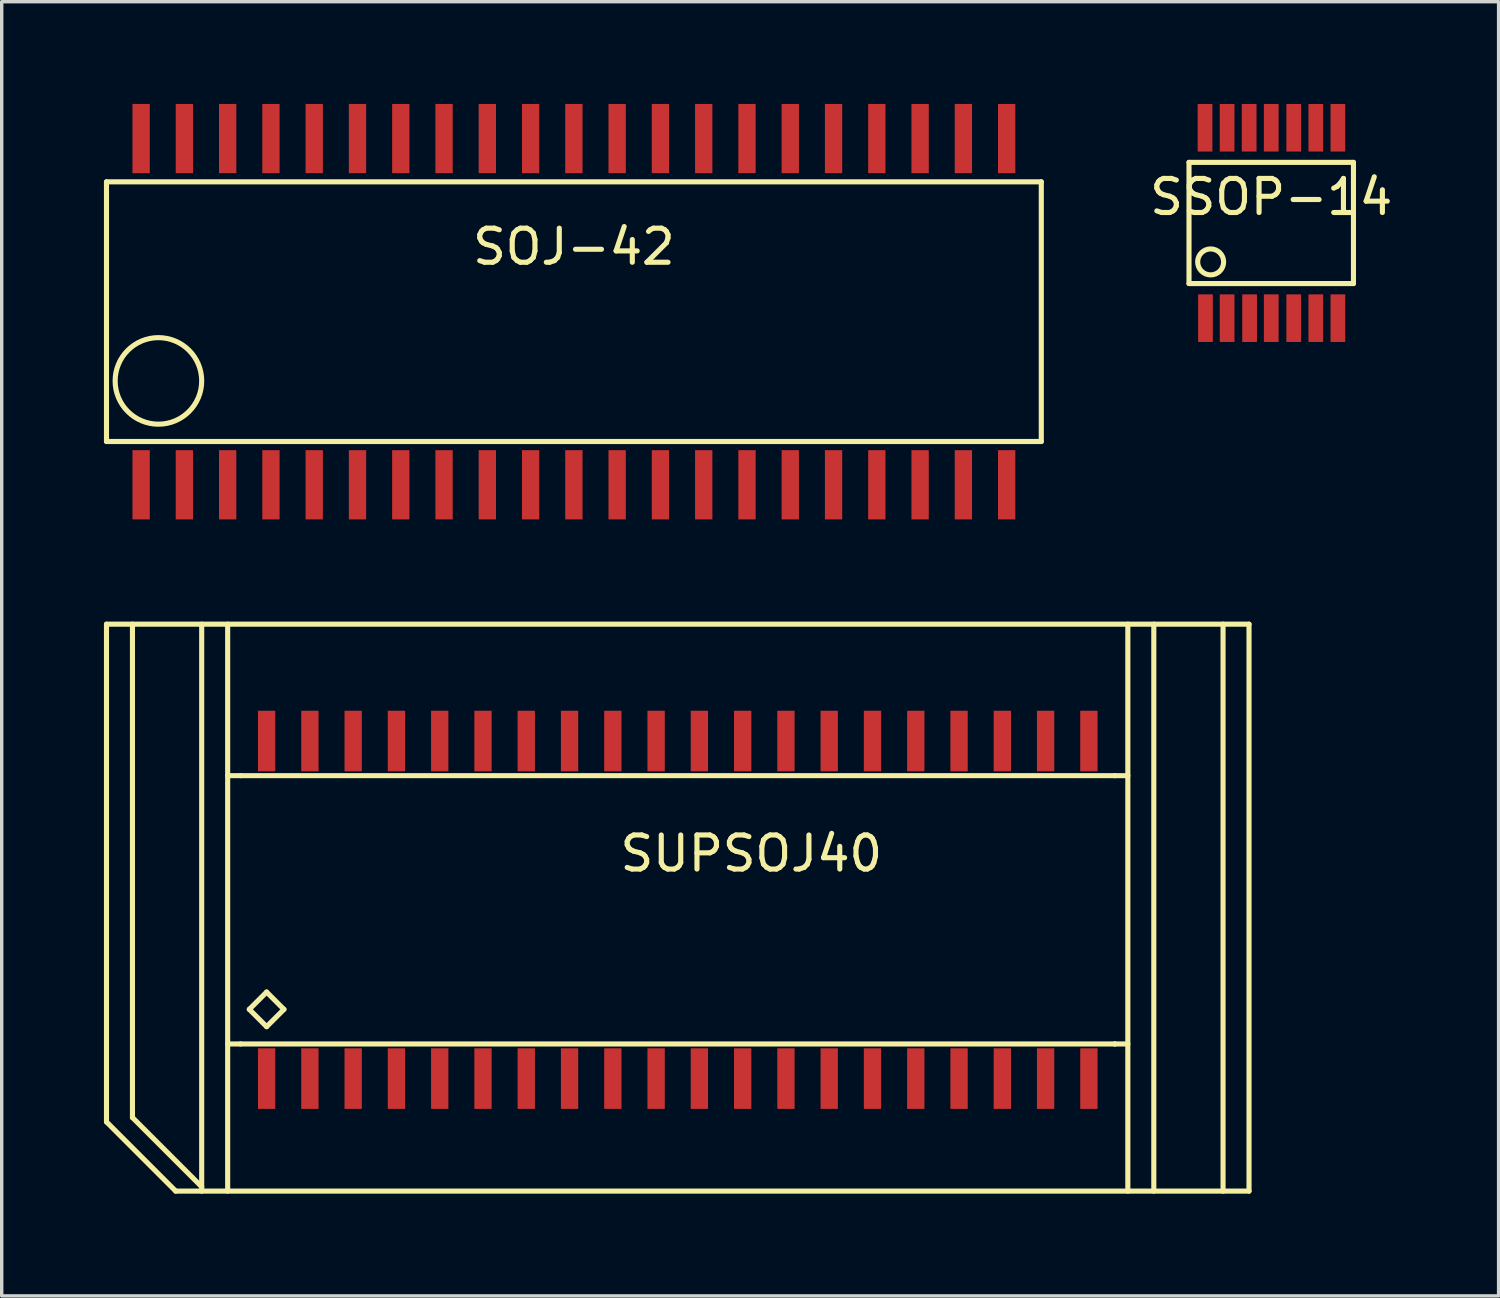
<source format=kicad_pcb>
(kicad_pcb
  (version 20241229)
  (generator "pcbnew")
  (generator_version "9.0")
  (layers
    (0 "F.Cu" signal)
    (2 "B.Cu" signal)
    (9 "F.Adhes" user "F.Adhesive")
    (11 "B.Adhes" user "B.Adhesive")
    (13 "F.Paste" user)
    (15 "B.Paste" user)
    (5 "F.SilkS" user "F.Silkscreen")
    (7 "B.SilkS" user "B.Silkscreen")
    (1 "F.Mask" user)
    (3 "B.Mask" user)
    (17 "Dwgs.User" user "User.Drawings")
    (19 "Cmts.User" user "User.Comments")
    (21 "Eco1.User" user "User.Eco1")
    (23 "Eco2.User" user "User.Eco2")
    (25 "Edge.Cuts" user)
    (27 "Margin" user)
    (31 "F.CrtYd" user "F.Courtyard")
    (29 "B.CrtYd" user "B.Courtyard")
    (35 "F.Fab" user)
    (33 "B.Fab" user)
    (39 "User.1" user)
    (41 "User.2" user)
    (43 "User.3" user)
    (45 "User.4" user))
  (footprint "SSOP-14"
    (layer "F.Cu")
    (at 34.255 3.493)
    (property "Reference" "SSOP-14" (at 0 -0.762 0) (layer "F.SilkS") (effects (font (size 1 1) (thickness 0.15))))
    (attr smd)
    (fp_line (start -2.413 -1.778) (end 2.413 -1.778) (stroke (width 0.15) (type solid)) (layer "F.SilkS"))
    (fp_line (start -2.413 1.778) (end -2.413 -1.778) (stroke (width 0.15) (type solid)) (layer "F.SilkS"))
    (fp_line (start 2.413 -1.778) (end 2.413 1.778) (stroke (width 0.15) (type solid)) (layer "F.SilkS"))
    (fp_line (start 2.413 1.778) (end -2.413 1.778) (stroke (width 0.15) (type solid)) (layer "F.SilkS"))
    (fp_circle (center -1.778 1.143) (end -2.159 1.143) (stroke (width 0.15) (type solid)) (fill no) (layer "F.SilkS"))
    (pad "1" smd rect (at -1.93 2.794) (size 0.432 1.397) (layers "F.Cu" "F.Mask" "F.Paste"))
    (pad "2" smd rect (at -1.295 2.794) (size 0.432 1.397) (layers "F.Cu" "F.Mask" "F.Paste"))
    (pad "3" smd rect (at -0.635 2.794) (size 0.432 1.397) (layers "F.Cu" "F.Mask" "F.Paste"))
    (pad "4" smd rect (at 0 2.794) (size 0.432 1.397) (layers "F.Cu" "F.Mask" "F.Paste"))
    (pad "5" smd rect (at 0.66 2.794) (size 0.432 1.397) (layers "F.Cu" "F.Mask" "F.Paste"))
    (pad "6" smd rect (at 1.308 2.794) (size 0.432 1.397) (layers "F.Cu" "F.Mask" "F.Paste"))
    (pad "7" smd rect (at 1.956 2.794) (size 0.432 1.397) (layers "F.Cu" "F.Mask" "F.Paste"))
    (pad "8" smd rect (at 1.956 -2.794) (size 0.432 1.397) (layers "F.Cu" "F.Mask" "F.Paste"))
    (pad "9" smd rect (at 1.308 -2.794) (size 0.432 1.397) (layers "F.Cu" "F.Mask" "F.Paste"))
    (pad "10" smd rect (at 0.66 -2.794) (size 0.432 1.397) (layers "F.Cu" "F.Mask" "F.Paste"))
    (pad "11" smd rect (at 0 -2.794) (size 0.432 1.397) (layers "F.Cu" "F.Mask" "F.Paste"))
    (pad "12" smd rect (at -0.648 -2.794) (size 0.432 1.397) (layers "F.Cu" "F.Mask" "F.Paste"))
    (pad "13" smd rect (at -1.295 -2.794) (size 0.432 1.397) (layers "F.Cu" "F.Mask" "F.Paste"))
    (pad "14" smd rect (at -1.943 -2.794) (size 0.432 1.397) (layers "F.Cu" "F.Mask" "F.Paste")))
  (footprint "SOJ-42"
    (layer "F.Cu")
    (at 13.791 6.096)
    (property "Reference" "SOJ-42" (at 0 -1.905 0) (layer "F.SilkS") (effects (font (size 1 1) (thickness 0.15))))
    (attr smd)
    (fp_line (start -13.716 -3.81) (end 13.716 -3.81) (stroke (width 0.15) (type solid)) (layer "F.SilkS"))
    (fp_line (start -13.716 3.81) (end -13.716 -3.81) (stroke (width 0.15) (type solid)) (layer "F.SilkS"))
    (fp_line (start 13.716 3.81) (end -13.716 3.81) (stroke (width 0.15) (type solid)) (layer "F.SilkS"))
    (fp_line (start 13.716 3.81) (end 13.716 -3.81) (stroke (width 0.15) (type solid)) (layer "F.SilkS"))
    (fp_circle (center -12.192 2.032) (end -12.192 0.762) (stroke (width 0.15) (type solid)) (fill no) (layer "F.SilkS"))
    (pad "1" smd rect (at -12.7 5.08) (size 0.508 2.032) (layers "F.Cu" "F.Mask" "F.Paste"))
    (pad "2" smd rect (at -11.43 5.08) (size 0.508 2.032) (layers "F.Cu" "F.Mask" "F.Paste"))
    (pad "3" smd rect (at -10.16 5.08) (size 0.508 2.032) (layers "F.Cu" "F.Mask" "F.Paste"))
    (pad "4" smd rect (at -8.89 5.08) (size 0.508 2.032) (layers "F.Cu" "F.Mask" "F.Paste"))
    (pad "5" smd rect (at -7.62 5.08) (size 0.508 2.032) (layers "F.Cu" "F.Mask" "F.Paste"))
    (pad "6" smd rect (at -6.35 5.08) (size 0.508 2.032) (layers "F.Cu" "F.Mask" "F.Paste"))
    (pad "7" smd rect (at -5.08 5.08) (size 0.508 2.032) (layers "F.Cu" "F.Mask" "F.Paste"))
    (pad "8" smd rect (at -3.81 5.08) (size 0.508 2.032) (layers "F.Cu" "F.Mask" "F.Paste"))
    (pad "9" smd rect (at -2.54 5.08) (size 0.508 2.032) (layers "F.Cu" "F.Mask" "F.Paste"))
    (pad "10" smd rect (at -1.27 5.08) (size 0.508 2.032) (layers "F.Cu" "F.Mask" "F.Paste"))
    (pad "11" smd rect (at 0 5.08) (size 0.508 2.032) (layers "F.Cu" "F.Mask" "F.Paste"))
    (pad "12" smd rect (at 1.27 5.08) (size 0.508 2.032) (layers "F.Cu" "F.Mask" "F.Paste"))
    (pad "13" smd rect (at 2.54 5.08) (size 0.508 2.032) (layers "F.Cu" "F.Mask" "F.Paste"))
    (pad "14" smd rect (at 3.81 5.08) (size 0.508 2.032) (layers "F.Cu" "F.Mask" "F.Paste"))
    (pad "15" smd rect (at 5.08 5.08) (size 0.508 2.032) (layers "F.Cu" "F.Mask" "F.Paste"))
    (pad "16" smd rect (at 6.35 5.08) (size 0.508 2.032) (layers "F.Cu" "F.Mask" "F.Paste"))
    (pad "17" smd rect (at 7.62 5.08) (size 0.508 2.032) (layers "F.Cu" "F.Mask" "F.Paste"))
    (pad "18" smd rect (at 8.89 5.08) (size 0.508 2.032) (layers "F.Cu" "F.Mask" "F.Paste"))
    (pad "19" smd rect (at 10.16 5.08) (size 0.508 2.032) (layers "F.Cu" "F.Mask" "F.Paste"))
    (pad "20" smd rect (at 11.43 5.08) (size 0.508 2.032) (layers "F.Cu" "F.Mask" "F.Paste"))
    (pad "21" smd rect (at 12.7 5.08) (size 0.508 2.032) (layers "F.Cu" "F.Mask" "F.Paste"))
    (pad "22" smd rect (at 12.7 -5.08) (size 0.508 2.032) (layers "F.Cu" "F.Mask" "F.Paste"))
    (pad "23" smd rect (at 11.43 -5.08) (size 0.508 2.032) (layers "F.Cu" "F.Mask" "F.Paste"))
    (pad "24" smd rect (at 10.16 -5.08) (size 0.508 2.032) (layers "F.Cu" "F.Mask" "F.Paste"))
    (pad "25" smd rect (at 8.89 -5.08) (size 0.508 2.032) (layers "F.Cu" "F.Mask" "F.Paste"))
    (pad "26" smd rect (at 7.62 -5.08) (size 0.508 2.032) (layers "F.Cu" "F.Mask" "F.Paste"))
    (pad "27" smd rect (at 6.35 -5.08) (size 0.508 2.032) (layers "F.Cu" "F.Mask" "F.Paste"))
    (pad "28" smd rect (at 5.08 -5.08) (size 0.508 2.032) (layers "F.Cu" "F.Mask" "F.Paste"))
    (pad "29" smd rect (at 3.81 -5.08) (size 0.508 2.032) (layers "F.Cu" "F.Mask" "F.Paste"))
    (pad "30" smd rect (at 2.54 -5.08) (size 0.508 2.032) (layers "F.Cu" "F.Mask" "F.Paste"))
    (pad "31" smd rect (at 1.27 -5.08) (size 0.508 2.032) (layers "F.Cu" "F.Mask" "F.Paste"))
    (pad "32" smd rect (at 0 -5.08) (size 0.508 2.032) (layers "F.Cu" "F.Mask" "F.Paste"))
    (pad "33" smd rect (at -1.27 -5.08) (size 0.508 2.032) (layers "F.Cu" "F.Mask" "F.Paste"))
    (pad "34" smd rect (at -2.54 -5.08) (size 0.508 2.032) (layers "F.Cu" "F.Mask" "F.Paste"))
    (pad "35" smd rect (at -3.81 -5.08) (size 0.508 2.032) (layers "F.Cu" "F.Mask" "F.Paste"))
    (pad "36" smd rect (at -5.08 -5.08) (size 0.508 2.032) (layers "F.Cu" "F.Mask" "F.Paste"))
    (pad "37" smd rect (at -6.35 -5.08) (size 0.508 2.032) (layers "F.Cu" "F.Mask" "F.Paste"))
    (pad "38" smd rect (at -7.62 -5.08) (size 0.508 2.032) (layers "F.Cu" "F.Mask" "F.Paste"))
    (pad "39" smd rect (at -8.89 -5.08) (size 0.508 2.032) (layers "F.Cu" "F.Mask" "F.Paste"))
    (pad "40" smd rect (at -10.16 -5.08) (size 0.508 2.032) (layers "F.Cu" "F.Mask" "F.Paste"))
    (pad "41" smd rect (at -11.43 -5.08) (size 0.508 2.032) (layers "F.Cu" "F.Mask" "F.Paste"))
    (pad "42" smd rect (at -12.7 -5.08) (size 0.508 2.032) (layers "F.Cu" "F.Mask" "F.Paste")))
  (footprint "SUPSOJ40"
    (layer "F.Cu")
    (at 17.474 23.522)
    (property "Reference" "SUPSOJ40" (at 1.524 -1.524 180) (layer "F.SilkS") (effects (font (size 1 1) (thickness 0.15))))
    (attr smd)
    (fp_line (start -17.399 6.35) (end -17.399 -8.255) (stroke (width 0.15) (type solid)) (layer "F.SilkS"))
    (fp_line (start -16.637 -8.255) (end -16.637 6.223) (stroke (width 0.15) (type solid)) (layer "F.SilkS"))
    (fp_line (start -16.637 6.223) (end -14.605 8.255) (stroke (width 0.15) (type solid)) (layer "F.SilkS"))
    (fp_line (start -15.367 8.382) (end -17.399 6.35) (stroke (width 0.15) (type solid)) (layer "F.SilkS"))
    (fp_line (start -14.605 8.382) (end -14.605 -8.255) (stroke (width 0.15) (type solid)) (layer "F.SilkS"))
    (fp_line (start -13.843 8.382) (end -13.843 -8.255) (stroke (width 0.15) (type solid)) (layer "F.SilkS"))
    (fp_line (start -13.462 -3.81) (end -13.843 -3.81) (stroke (width 0.15) (type solid)) (layer "F.SilkS"))
    (fp_line (start -13.462 -3.81) (end 12.192 -3.81) (stroke (width 0.15) (type solid)) (layer "F.SilkS"))
    (fp_line (start -13.462 4.064) (end -13.843 4.064) (stroke (width 0.15) (type solid)) (layer "F.SilkS"))
    (fp_line (start -13.208 3.048) (end -12.7 2.54) (stroke (width 0.15) (type solid)) (layer "F.SilkS"))
    (fp_line (start -12.7 2.54) (end -12.192 3.048) (stroke (width 0.15) (type solid)) (layer "F.SilkS"))
    (fp_line (start -12.7 3.556) (end -13.208 3.048) (stroke (width 0.15) (type solid)) (layer "F.SilkS"))
    (fp_line (start -12.192 3.048) (end -12.7 3.556) (stroke (width 0.15) (type solid)) (layer "F.SilkS"))
    (fp_line (start 12.192 -3.81) (end 12.573 -3.81) (stroke (width 0.15) (type solid)) (layer "F.SilkS"))
    (fp_line (start 12.192 4.064) (end -13.462 4.064) (stroke (width 0.15) (type solid)) (layer "F.SilkS"))
    (fp_line (start 12.192 4.064) (end 12.192 4.064) (stroke (width 0.15) (type solid)) (layer "F.SilkS"))
    (fp_line (start 12.192 4.064) (end 12.573 4.064) (stroke (width 0.15) (type solid)) (layer "F.SilkS"))
    (fp_line (start 12.573 8.382) (end 12.573 -8.255) (stroke (width 0.15) (type solid)) (layer "F.SilkS"))
    (fp_line (start 13.335 8.382) (end 13.335 -8.255) (stroke (width 0.15) (type solid)) (layer "F.SilkS"))
    (fp_line (start 15.367 8.382) (end 15.367 -8.255) (stroke (width 0.15) (type solid)) (layer "F.SilkS"))
    (fp_line (start 16.129 -8.255) (end -17.399 -8.255) (stroke (width 0.15) (type solid)) (layer "F.SilkS"))
    (fp_line (start 16.129 -8.255) (end 16.129 8.382) (stroke (width 0.15) (type solid)) (layer "F.SilkS"))
    (fp_line (start 16.129 8.382) (end -15.367 8.382) (stroke (width 0.15) (type solid)) (layer "F.SilkS"))
    (pad "1" smd rect (at -12.7 5.08) (size 0.508 1.778) (layers "F.Cu" "F.Mask" "F.Paste"))
    (pad "2" smd rect (at -11.43 5.08) (size 0.508 1.778) (layers "F.Cu" "F.Mask" "F.Paste"))
    (pad "3" smd rect (at -10.16 5.08) (size 0.508 1.778) (layers "F.Cu" "F.Mask" "F.Paste"))
    (pad "4" smd rect (at -8.89 5.08) (size 0.508 1.778) (layers "F.Cu" "F.Mask" "F.Paste"))
    (pad "5" smd rect (at -7.62 5.08) (size 0.508 1.778) (layers "F.Cu" "F.Mask" "F.Paste"))
    (pad "6" smd rect (at -6.35 5.08) (size 0.508 1.778) (layers "F.Cu" "F.Mask" "F.Paste"))
    (pad "7" smd rect (at -5.08 5.08) (size 0.508 1.778) (layers "F.Cu" "F.Mask" "F.Paste"))
    (pad "8" smd rect (at -3.81 5.08) (size 0.508 1.778) (layers "F.Cu" "F.Mask" "F.Paste"))
    (pad "9" smd rect (at -2.54 5.08) (size 0.508 1.778) (layers "F.Cu" "F.Mask" "F.Paste"))
    (pad "10" smd rect (at -1.27 5.08) (size 0.508 1.778) (layers "F.Cu" "F.Mask" "F.Paste"))
    (pad "11" smd rect (at 0 5.08) (size 0.508 1.778) (layers "F.Cu" "F.Mask" "F.Paste"))
    (pad "12" smd rect (at 1.27 5.08) (size 0.508 1.778) (layers "F.Cu" "F.Mask" "F.Paste"))
    (pad "13" smd rect (at 2.54 5.08) (size 0.508 1.778) (layers "F.Cu" "F.Mask" "F.Paste"))
    (pad "14" smd rect (at 3.81 5.08) (size 0.508 1.778) (layers "F.Cu" "F.Mask" "F.Paste"))
    (pad "15" smd rect (at 5.08 5.08) (size 0.508 1.778) (layers "F.Cu" "F.Mask" "F.Paste"))
    (pad "16" smd rect (at 6.35 5.08) (size 0.508 1.778) (layers "F.Cu" "F.Mask" "F.Paste"))
    (pad "17" smd rect (at 7.62 5.08) (size 0.508 1.778) (layers "F.Cu" "F.Mask" "F.Paste"))
    (pad "18" smd rect (at 8.89 5.08) (size 0.508 1.778) (layers "F.Cu" "F.Mask" "F.Paste"))
    (pad "19" smd rect (at 10.16 5.08) (size 0.508 1.778) (layers "F.Cu" "F.Mask" "F.Paste"))
    (pad "20" smd rect (at 11.43 5.08) (size 0.508 1.778) (layers "F.Cu" "F.Mask" "F.Paste"))
    (pad "21" smd rect (at 11.43 -4.826) (size 0.508 1.778) (layers "F.Cu" "F.Mask" "F.Paste"))
    (pad "22" smd rect (at 10.16 -4.826) (size 0.508 1.778) (layers "F.Cu" "F.Mask" "F.Paste"))
    (pad "23" smd rect (at 8.89 -4.826) (size 0.508 1.778) (layers "F.Cu" "F.Mask" "F.Paste"))
    (pad "24" smd rect (at 7.62 -4.826) (size 0.508 1.778) (layers "F.Cu" "F.Mask" "F.Paste"))
    (pad "25" smd rect (at 6.35 -4.826) (size 0.508 1.778) (layers "F.Cu" "F.Mask" "F.Paste"))
    (pad "26" smd rect (at 5.08 -4.826) (size 0.508 1.778) (layers "F.Cu" "F.Mask" "F.Paste"))
    (pad "27" smd rect (at 3.81 -4.826) (size 0.508 1.778) (layers "F.Cu" "F.Mask" "F.Paste"))
    (pad "28" smd rect (at 2.54 -4.826) (size 0.508 1.778) (layers "F.Cu" "F.Mask" "F.Paste"))
    (pad "29" smd rect (at 1.27 -4.826) (size 0.508 1.778) (layers "F.Cu" "F.Mask" "F.Paste"))
    (pad "30" smd rect (at 0 -4.826) (size 0.508 1.778) (layers "F.Cu" "F.Mask" "F.Paste"))
    (pad "31" smd rect (at -1.27 -4.826) (size 0.508 1.778) (layers "F.Cu" "F.Mask" "F.Paste"))
    (pad "32" smd rect (at -2.54 -4.826) (size 0.508 1.778) (layers "F.Cu" "F.Mask" "F.Paste"))
    (pad "33" smd rect (at -3.81 -4.826) (size 0.508 1.778) (layers "F.Cu" "F.Mask" "F.Paste"))
    (pad "34" smd rect (at -5.08 -4.826) (size 0.508 1.778) (layers "F.Cu" "F.Mask" "F.Paste"))
    (pad "35" smd rect (at -6.35 -4.826) (size 0.508 1.778) (layers "F.Cu" "F.Mask" "F.Paste"))
    (pad "36" smd rect (at -7.62 -4.826) (size 0.508 1.778) (layers "F.Cu" "F.Mask" "F.Paste"))
    (pad "37" smd rect (at -8.89 -4.826) (size 0.508 1.778) (layers "F.Cu" "F.Mask" "F.Paste"))
    (pad "38" smd rect (at -10.16 -4.826) (size 0.508 1.778) (layers "F.Cu" "F.Mask" "F.Paste"))
    (pad "39" smd rect (at -11.43 -4.826) (size 0.508 1.778) (layers "F.Cu" "F.Mask" "F.Paste"))
    (pad "40" smd rect (at -12.7 -4.826) (size 0.508 1.778) (layers "F.Cu" "F.Mask" "F.Paste")))
  (gr_rect
    (start -3 -3)
    (end 40.927 34.979)
    (stroke (width 0.1) (type default))
    (fill no)
    (layer "Edge.Cuts")))
</source>
